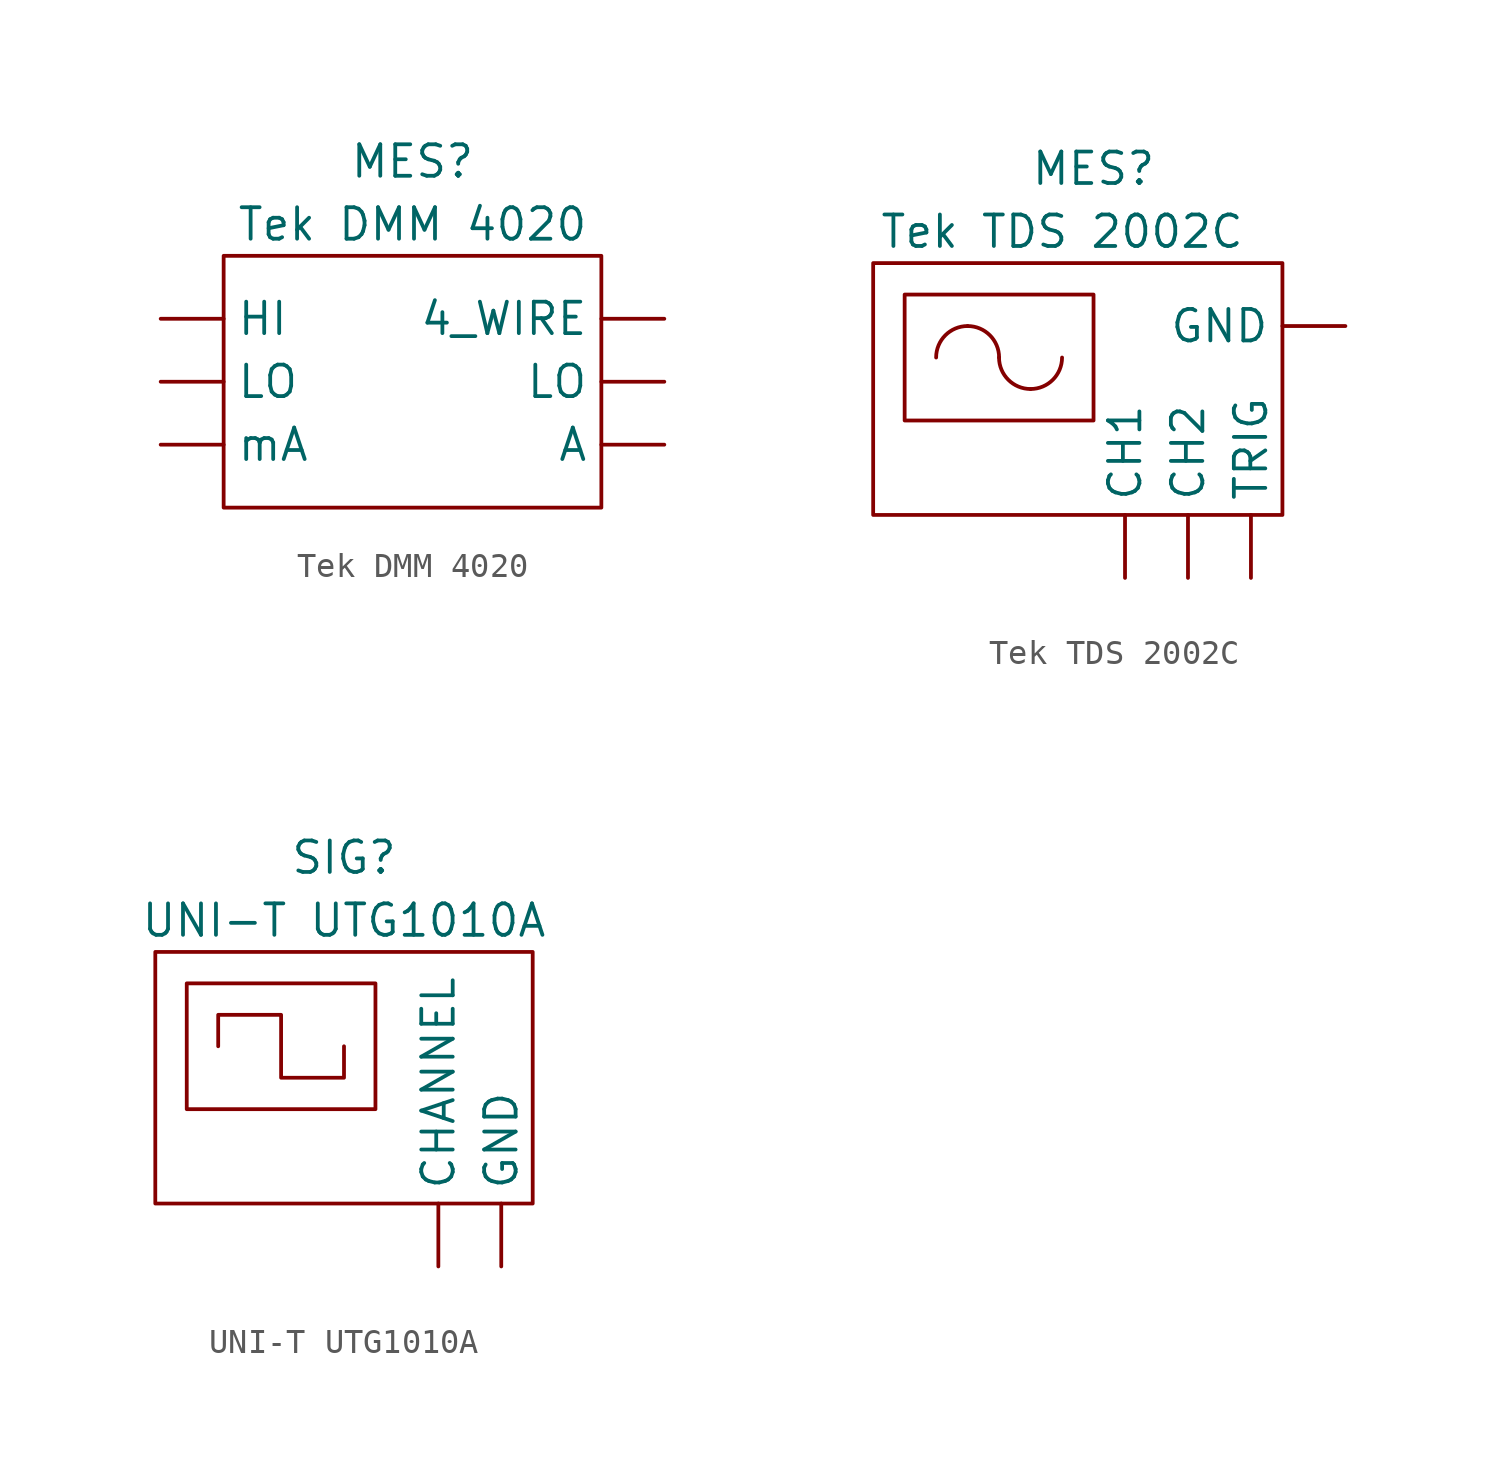
<source format=kicad_sym>
(kicad_symbol_lib
  (version 20211014)
  (generator kicad_symbol_editor)
  (symbol "Tek DMM 4020"
    (property "Reference" "MES"
      (at 0 8.89 0)
      (effects (font (size 1.27 1.27))))
    (property "Value" "Tek DMM 4020"
      (at 0 6.35 0)
      (effects (font (size 1.27 1.27))))
    (symbol "Tek DMM 4020_0_1"
      (rectangle (start -7.62 5.08) (end 7.62 -5.08) (stroke (width 0) (type default) (color 0 0 0 0)) (fill (type none))))
    (symbol "Tek DMM 4020_1_1"
      (pin passive line (at 10.16 2.54 180) (length 2.54) (name "4_WIRE" (effects (font (size 1.27 1.27)))) (number "" (effects (font (size 1.27 1.27)))))
      (pin passive line (at 10.16 -2.54 180) (length 2.54) (name "A" (effects (font (size 1.27 1.27)))) (number "" (effects (font (size 1.27 1.27)))))
      (pin passive line (at -10.16 2.54 0) (length 2.54) (name "HI" (effects (font (size 1.27 1.27)))) (number "" (effects (font (size 1.27 1.27)))))
      (pin passive line (at -10.16 0 0) (length 2.54) (name "LO" (effects (font (size 1.27 1.27)))) (number "" (effects (font (size 1.27 1.27)))))
      (pin passive line (at 10.16 0 180) (length 2.54) (name "LO" (effects (font (size 1.27 1.27)))) (number "" (effects (font (size 1.27 1.27)))))
      (pin passive line (at -10.16 -2.54 0) (length 2.54) (name "mA" (effects (font (size 1.27 1.27)))) (number "" (effects (font (size 1.27 1.27)))))))
  (symbol "Tek TDS 2002C"
    (property "Reference" "MES"
      (at 0 8.89 0)
      (effects (font (size 1.27 1.27))))
    (property "Value" "Tek TDS 2002C"
      (at -1.27 6.35 0)
      (effects (font (size 1.27 1.27))))
    (symbol "Tek TDS 2002C_0_1"
      (rectangle (start -8.89 5.08) (end 7.62 -5.08) (stroke (width 0) (type default) (color 0 0 0 0)) (fill (type none)))
      (rectangle (start -7.62 3.81) (end 0 -1.27) (stroke (width 0) (type default) (color 0 0 0 0)) (fill (type none)))
      (arc (start -5.08 2.54) (mid -5.978 2.168) (end -6.35 1.27) (stroke (width 0) (type default) (color 0 0 0 0)) (fill (type none)))
      (arc (start -3.81 1.27) (mid -4.182 2.168) (end -5.08 2.54) (stroke (width 0) (type default) (color 0 0 0 0)) (fill (type none)))
      (arc (start -3.81 1.27) (mid -3.438 0.372) (end -2.54 0) (stroke (width 0) (type default) (color 0 0 0 0)) (fill (type none)))
      (arc (start -2.54 0) (mid -1.642 0.372) (end -1.27 1.27) (stroke (width 0) (type default) (color 0 0 0 0)) (fill (type none)))
      (pin passive line (at 10.16 2.54 180) (length 2.54) (name "GND" (effects (font (size 1.27 1.27)))) (number "" (effects (font (size 1.27 1.27))))))
    (symbol "Tek TDS 2002C_1_1"
      (pin passive line (at 1.27 -7.62 90) (length 2.54) (name "CH1" (effects (font (size 1.27 1.27)))) (number "" (effects (font (size 1.27 1.27)))))
      (pin passive line (at 3.81 -7.62 90) (length 2.54) (name "CH2" (effects (font (size 1.27 1.27)))) (number "" (effects (font (size 1.27 1.27)))))
      (pin passive line (at 6.35 -7.62 90) (length 2.54) (name "TRIG" (effects (font (size 1.27 1.27)))) (number "" (effects (font (size 1.27 1.27)))))))
  (symbol "UNI-T UTG1010A"
    (property "Reference" "SIG"
      (at 0 8.89 0)
      (effects (font (size 1.27 1.27))))
    (property "Value" "UNI-T UTG1010A"
      (at 0 6.35 0)
      (effects (font (size 1.27 1.27))))
    (symbol "UNI-T UTG1010A_0_1"
      (rectangle (start -7.62 5.08) (end 7.62 -5.08) (stroke (width 0) (type default) (color 0 0 0 0)) (fill (type none)))
      (rectangle (start -6.35 3.81) (end 1.27 -1.27) (stroke (width 0) (type default) (color 0 0 0 0)) (fill (type none)))
      (polyline (pts (xy -5.08 1.27) (xy -5.08 2.54) (xy -2.54 2.54) (xy -2.54 0) (xy 0 0) (xy 0 1.27)) (stroke (width 0) (type default) (color 0 0 0 0)) (fill (type none)))
      (pin passive line (at 6.35 -7.62 90) (length 2.54) (name "GND" (effects (font (size 1.27 1.27)))) (number "" (effects (font (size 1.27 1.27))))))
    (symbol "UNI-T UTG1010A_1_1"
      (pin output line (at 3.81 -7.62 90) (length 2.54) (name "CHANNEL" (effects (font (size 1.27 1.27)))) (number "" (effects (font (size 1.27 1.27))))))))
</source>
